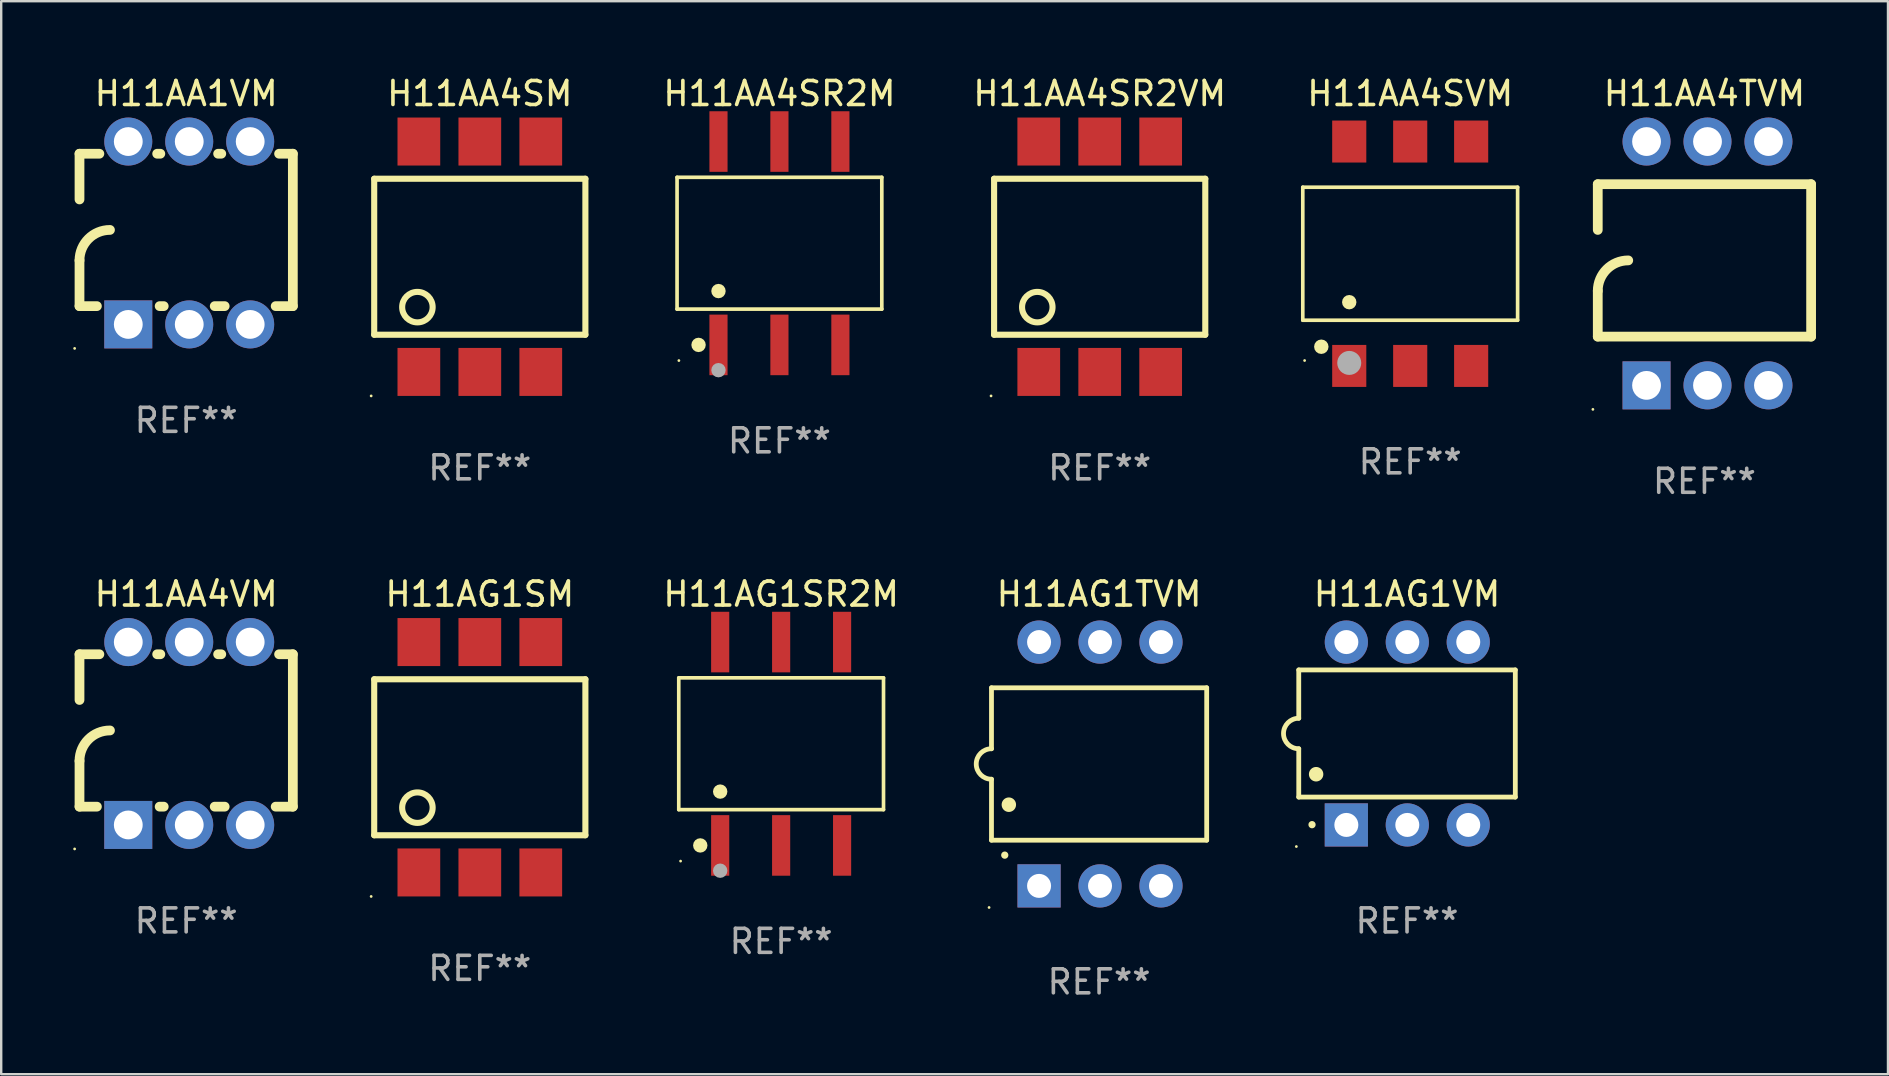
<source format=kicad_pcb>
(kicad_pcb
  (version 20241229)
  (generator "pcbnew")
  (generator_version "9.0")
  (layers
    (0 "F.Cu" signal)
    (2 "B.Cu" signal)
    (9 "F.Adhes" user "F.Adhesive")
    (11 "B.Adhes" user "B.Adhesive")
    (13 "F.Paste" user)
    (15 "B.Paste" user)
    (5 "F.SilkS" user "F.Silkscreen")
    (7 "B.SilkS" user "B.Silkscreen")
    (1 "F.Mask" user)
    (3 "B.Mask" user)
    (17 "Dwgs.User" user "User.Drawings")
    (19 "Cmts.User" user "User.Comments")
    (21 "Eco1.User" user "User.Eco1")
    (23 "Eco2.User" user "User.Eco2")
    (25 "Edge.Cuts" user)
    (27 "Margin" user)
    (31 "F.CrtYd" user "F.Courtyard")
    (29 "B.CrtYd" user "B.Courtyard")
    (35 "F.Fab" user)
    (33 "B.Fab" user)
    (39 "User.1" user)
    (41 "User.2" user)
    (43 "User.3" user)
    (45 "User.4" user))
  (footprint "H11AG1TVM"
    (layer "F.Cu")
    (at 42.749 28.785)
    (property "Reference" "H11AG1TVM" (at 0 -7.08 0) (layer "F.SilkS") (effects (font (size 1 1) (thickness 0.15))))
    (attr through_hole)
    (fp_line (start -4.484 -3.175) (end 4.484 -3.175) (stroke (width 0.2) (type solid)) (layer "F.SilkS"))
    (fp_line (start -4.484 -0.635) (end -4.484 -3.175) (stroke (width 0.2) (type solid)) (layer "F.SilkS"))
    (fp_line (start -4.484 0.635) (end -4.484 3.175) (stroke (width 0.2) (type solid)) (layer "F.SilkS"))
    (fp_line (start -4.484 3.175) (end 4.484 3.175) (stroke (width 0.2) (type solid)) (layer "F.SilkS"))
    (fp_line (start 4.484 -3.175) (end 4.484 3.175) (stroke (width 0.2) (type solid)) (layer "F.SilkS"))
    (fp_arc (start -4.484379 0.635001) (mid -5.11938 0) (end -4.484379 -0.635001) (stroke (width 0.2) (type solid)) (layer "F.SilkS"))
    (fp_arc (start -3.930658 3.799848) (mid -3.930663 3.798578) (end -3.930658 3.797308) (stroke (width 0.3) (type solid)) (layer "F.SilkS"))
    (fp_arc (start -3.760478 1.699263) (mid -3.760489 1.696723) (end -3.760478 1.694183) (stroke (width 0.6) (type solid)) (layer "F.SilkS"))
    (fp_circle (center -4.584 5.98) (end -4.554 5.98) (stroke (width 0.06) (type solid)) (fill no) (layer "F.SilkS"))
    (fp_text user "REF**" (at 0 9.08 0) (layer "F.Fab") (effects (font (size 1 1) (thickness 0.15))))
    (pad "1" thru_hole rect (at -2.501 5.08 90) (size 1.8 1.8) (drill 1) (layers "*.Cu" "*.Mask"))
    (pad "2" thru_hole circle (at 0.039 5.08) (size 1.8 1.8) (drill 1) (layers "*.Cu" "*.Mask"))
    (pad "3" thru_hole circle (at 2.579 5.08) (size 1.8 1.8) (drill 1) (layers "*.Cu" "*.Mask"))
    (pad "4" thru_hole circle (at 2.579 -5.08) (size 1.8 1.8) (drill 1) (layers "*.Cu" "*.Mask"))
    (pad "5" thru_hole circle (at 0.039 -5.08) (size 1.8 1.8) (drill 1) (layers "*.Cu" "*.Mask"))
    (pad "6" thru_hole circle (at -2.501 -5.08) (size 1.8 1.8) (drill 1) (layers "*.Cu" "*.Mask")))
  (footprint "H11AA4SR2VM"
    (layer "F.Cu")
    (at 42.774 7.648)
    (property "Reference" "H11AA4SR2VM" (at 0 -6.8 0) (layer "F.SilkS") (effects (font (size 1 1) (thickness 0.15))))
    (attr through_hole)
    (fp_line (start -4.4 -3.25) (end -4.4 3.25) (stroke (width 0.254) (type solid)) (layer "F.SilkS"))
    (fp_line (start -4.4 -3.25) (end 4.4 -3.25) (stroke (width 0.254) (type solid)) (layer "F.SilkS"))
    (fp_line (start 4.4 3.25) (end -4.4 3.25) (stroke (width 0.254) (type solid)) (layer "F.SilkS"))
    (fp_line (start 4.4 3.25) (end 4.4 -3.25) (stroke (width 0.254) (type solid)) (layer "F.SilkS"))
    (fp_circle (center -4.527 5.8) (end -4.497 5.8) (stroke (width 0.06) (type solid)) (fill no) (layer "F.SilkS"))
    (fp_circle (center -2.6 2.1) (end -1.965 2.1) (stroke (width 0.254) (type solid)) (fill no) (layer "F.SilkS"))
    (fp_text user "REF**" (at 0 8.8 0) (layer "F.Fab") (effects (font (size 1 1) (thickness 0.15))))
    (pad "1" smd rect (at -2.539 4.8) (size 1.78 2) (layers "F.Cu" "F.Mask" "F.Paste"))
    (pad "2" smd rect (at 0.001 4.8) (size 1.78 2) (layers "F.Cu" "F.Mask" "F.Paste"))
    (pad "3" smd rect (at 2.541 4.8) (size 1.78 2) (layers "F.Cu" "F.Mask" "F.Paste"))
    (pad "4" smd rect (at 2.541 -4.8) (size 1.78 2) (layers "F.Cu" "F.Mask" "F.Paste"))
    (pad "5" smd rect (at 0.001 -4.8) (size 1.78 2) (layers "F.Cu" "F.Mask" "F.Paste"))
    (pad "6" smd rect (at -2.539 -4.8) (size 1.78 2) (layers "F.Cu" "F.Mask" "F.Paste")))
  (footprint "H11AG1SM"
    (layer "F.Cu")
    (at 16.943 28.505)
    (property "Reference" "H11AG1SM" (at 0 -6.8 0) (layer "F.SilkS") (effects (font (size 1 1) (thickness 0.15))))
    (attr through_hole)
    (fp_line (start -4.4 -3.25) (end -4.4 3.25) (stroke (width 0.254) (type solid)) (layer "F.SilkS"))
    (fp_line (start -4.4 -3.25) (end 4.4 -3.25) (stroke (width 0.254) (type solid)) (layer "F.SilkS"))
    (fp_line (start 4.4 3.25) (end -4.4 3.25) (stroke (width 0.254) (type solid)) (layer "F.SilkS"))
    (fp_line (start 4.4 3.25) (end 4.4 -3.25) (stroke (width 0.254) (type solid)) (layer "F.SilkS"))
    (fp_circle (center -4.527 5.8) (end -4.497 5.8) (stroke (width 0.06) (type solid)) (fill no) (layer "F.SilkS"))
    (fp_circle (center -2.6 2.1) (end -1.965 2.1) (stroke (width 0.254) (type solid)) (fill no) (layer "F.SilkS"))
    (fp_text user "REF**" (at 0 8.8 0) (layer "F.Fab") (effects (font (size 1 1) (thickness 0.15))))
    (pad "1" smd rect (at -2.539 4.8) (size 1.78 2) (layers "F.Cu" "F.Mask" "F.Paste"))
    (pad "2" smd rect (at 0.001 4.8) (size 1.78 2) (layers "F.Cu" "F.Mask" "F.Paste"))
    (pad "3" smd rect (at 2.541 4.8) (size 1.78 2) (layers "F.Cu" "F.Mask" "F.Paste"))
    (pad "4" smd rect (at 2.541 -4.8) (size 1.78 2) (layers "F.Cu" "F.Mask" "F.Paste"))
    (pad "5" smd rect (at 0.001 -4.8) (size 1.78 2) (layers "F.Cu" "F.Mask" "F.Paste"))
    (pad "6" smd rect (at -2.539 -4.8) (size 1.78 2) (layers "F.Cu" "F.Mask" "F.Paste")))
  (footprint "H11AA1VM"
    (layer "F.Cu")
    (at 4.708 6.658)
    (property "Reference" "H11AA1VM" (at 0 -5.81 0) (layer "F.SilkS") (effects (font (size 1 1) (thickness 0.15))))
    (attr through_hole)
    (fp_line (start -4.445 -1.397) (end -4.445 -3.302) (stroke (width 0.406) (type solid)) (layer "F.SilkS"))
    (fp_line (start -4.445 3.048) (end -4.445 1.143) (stroke (width 0.406) (type solid)) (layer "F.SilkS"))
    (fp_line (start -4.445 3.048) (end -3.72 3.048) (stroke (width 0.406) (type solid)) (layer "F.SilkS"))
    (fp_line (start -3.617 -3.302) (end -4.445 -3.302) (stroke (width 0.406) (type solid)) (layer "F.SilkS"))
    (fp_line (start -1.106 3.048) (end -0.935 3.048) (stroke (width 0.406) (type solid)) (layer "F.SilkS"))
    (fp_line (start -1.077 -3.302) (end -1.209 -3.302) (stroke (width 0.406) (type solid)) (layer "F.SilkS"))
    (fp_line (start 1.189 3.048) (end 1.605 3.048) (stroke (width 0.406) (type solid)) (layer "F.SilkS"))
    (fp_line (start 1.463 -3.302) (end 1.331 -3.302) (stroke (width 0.406) (type solid)) (layer "F.SilkS"))
    (fp_line (start 3.729 3.048) (end 4.445 3.048) (stroke (width 0.406) (type solid)) (layer "F.SilkS"))
    (fp_line (start 4.445 -3.302) (end 3.871 -3.302) (stroke (width 0.406) (type solid)) (layer "F.SilkS"))
    (fp_line (start 4.445 -3.302) (end 4.445 3.048) (stroke (width 0.406) (type solid)) (layer "F.SilkS"))
    (fp_arc (start -4.444983 1.143002) (mid -4.073008 0.244974) (end -3.17498 -0.127) (stroke (width 0.4064) (type solid)) (layer "F.SilkS"))
    (fp_circle (center -4.648 4.81) (end -4.618 4.81) (stroke (width 0.06) (type solid)) (fill no) (layer "F.SilkS"))
    (fp_text user "REF**" (at 0 7.81 0) (layer "F.Fab") (effects (font (size 1 1) (thickness 0.15))))
    (pad "1" thru_hole rect (at -2.413 3.81 90) (size 2 2) (drill 1.2) (layers "*.Cu" "*.Mask"))
    (pad "2" thru_hole circle (at 0.127 3.81) (size 2 2) (drill 1.2) (layers "*.Cu" "*.Mask"))
    (pad "3" thru_hole circle (at 2.667 3.81) (size 2 2) (drill 1.2) (layers "*.Cu" "*.Mask"))
    (pad "4" thru_hole circle (at 2.667 -3.81) (size 2 2) (drill 1.2) (layers "*.Cu" "*.Mask"))
    (pad "5" thru_hole circle (at 0.127 -3.81) (size 2 2) (drill 1.2) (layers "*.Cu" "*.Mask"))
    (pad "6" thru_hole circle (at -2.413 -3.81) (size 2 2) (drill 1.2) (layers "*.Cu" "*.Mask")))
  (footprint "H11AA4TVM"
    (layer "F.Cu")
    (at 67.974 7.928)
    (property "Reference" "H11AA4TVM" (at 0 -7.08 0) (layer "F.SilkS") (effects (font (size 1 1) (thickness 0.15))))
    (attr through_hole)
    (fp_line (start -4.445 -3.302) (end 4.445 -3.302) (stroke (width 0.406) (type solid)) (layer "F.SilkS"))
    (fp_line (start -4.445 -1.397) (end -4.445 -3.302) (stroke (width 0.406) (type solid)) (layer "F.SilkS"))
    (fp_line (start -4.445 3.048) (end -4.445 1.143) (stroke (width 0.406) (type solid)) (layer "F.SilkS"))
    (fp_line (start -4.445 3.048) (end 4.445 3.048) (stroke (width 0.406) (type solid)) (layer "F.SilkS"))
    (fp_line (start 4.445 -3.302) (end 4.445 3.048) (stroke (width 0.406) (type solid)) (layer "F.SilkS"))
    (fp_arc (start -4.444983 1.143002) (mid -4.073008 0.244974) (end -3.17498 -0.127) (stroke (width 0.4064) (type solid)) (layer "F.SilkS"))
    (fp_circle (center -4.648 6.08) (end -4.618 6.08) (stroke (width 0.06) (type solid)) (fill no) (layer "F.SilkS"))
    (fp_text user "REF**" (at 0 9.08 0) (layer "F.Fab") (effects (font (size 1 1) (thickness 0.15))))
    (pad "1" thru_hole rect (at -2.413 5.08 90) (size 2 2) (drill 1.2) (layers "*.Cu" "*.Mask"))
    (pad "2" thru_hole circle (at 0.127 5.08) (size 2 2) (drill 1.2) (layers "*.Cu" "*.Mask"))
    (pad "3" thru_hole circle (at 2.667 5.08) (size 2 2) (drill 1.2) (layers "*.Cu" "*.Mask"))
    (pad "4" thru_hole circle (at 2.667 -5.08) (size 2 2) (drill 1.2) (layers "*.Cu" "*.Mask"))
    (pad "5" thru_hole circle (at 0.127 -5.08) (size 2 2) (drill 1.2) (layers "*.Cu" "*.Mask"))
    (pad "6" thru_hole circle (at -2.413 -5.08) (size 2 2) (drill 1.2) (layers "*.Cu" "*.Mask")))
  (footprint "H11AG1SR2M"
    (layer "F.Cu")
    (at 29.5 27.942)
    (property "Reference" "H11AG1SR2M" (at 0 -6.237 0) (layer "F.SilkS") (effects (font (size 1 1) (thickness 0.15))))
    (attr through_hole)
    (fp_line (start -4.266 -2.746) (end 4.266 -2.746) (stroke (width 0.152) (type solid)) (layer "F.SilkS"))
    (fp_line (start -4.266 2.746) (end -4.266 -2.746) (stroke (width 0.152) (type solid)) (layer "F.SilkS"))
    (fp_line (start 4.266 -2.746) (end 4.266 2.746) (stroke (width 0.152) (type solid)) (layer "F.SilkS"))
    (fp_line (start 4.266 2.746) (end -4.266 2.746) (stroke (width 0.152) (type solid)) (layer "F.SilkS"))
    (fp_circle (center -4.19 4.89) (end -4.16 4.89) (stroke (width 0.06) (type solid)) (fill no) (layer "F.SilkS"))
    (fp_circle (center -3.37 4.237) (end -3.22 4.237) (stroke (width 0.3) (type solid)) (fill no) (layer "F.SilkS"))
    (fp_circle (center -2.54 1.994) (end -2.39 1.994) (stroke (width 0.3) (type solid)) (fill no) (layer "F.SilkS"))
    (fp_circle (center -2.54 5.29) (end -2.39 5.29) (stroke (width 0.3) (type solid)) (fill no) (layer "F.Fab"))
    (fp_text user "REF**" (at 0 8.237 0) (layer "F.Fab") (effects (font (size 1 1) (thickness 0.15))))
    (pad "1" smd rect (at -2.54 4.237) (size 0.756 2.524) (layers "F.Cu" "F.Mask" "F.Paste"))
    (pad "2" smd rect (at 0 4.237) (size 0.756 2.524) (layers "F.Cu" "F.Mask" "F.Paste"))
    (pad "3" smd rect (at 2.54 4.237) (size 0.756 2.524) (layers "F.Cu" "F.Mask" "F.Paste"))
    (pad "4" smd rect (at 2.54 -4.237) (size 0.756 2.524) (layers "F.Cu" "F.Mask" "F.Paste"))
    (pad "5" smd rect (at 0 -4.237) (size 0.756 2.524) (layers "F.Cu" "F.Mask" "F.Paste"))
    (pad "6" smd rect (at -2.54 -4.237) (size 0.756 2.524) (layers "F.Cu" "F.Mask" "F.Paste")))
  (footprint "H11AA4SM"
    (layer "F.Cu")
    (at 16.943 7.648)
    (property "Reference" "H11AA4SM" (at 0 -6.8 0) (layer "F.SilkS") (effects (font (size 1 1) (thickness 0.15))))
    (attr through_hole)
    (fp_line (start -4.4 -3.25) (end -4.4 3.25) (stroke (width 0.254) (type solid)) (layer "F.SilkS"))
    (fp_line (start -4.4 -3.25) (end 4.4 -3.25) (stroke (width 0.254) (type solid)) (layer "F.SilkS"))
    (fp_line (start 4.4 3.25) (end -4.4 3.25) (stroke (width 0.254) (type solid)) (layer "F.SilkS"))
    (fp_line (start 4.4 3.25) (end 4.4 -3.25) (stroke (width 0.254) (type solid)) (layer "F.SilkS"))
    (fp_circle (center -4.527 5.8) (end -4.497 5.8) (stroke (width 0.06) (type solid)) (fill no) (layer "F.SilkS"))
    (fp_circle (center -2.6 2.1) (end -1.965 2.1) (stroke (width 0.254) (type solid)) (fill no) (layer "F.SilkS"))
    (fp_text user "REF**" (at 0 8.8 0) (layer "F.Fab") (effects (font (size 1 1) (thickness 0.15))))
    (pad "1" smd rect (at -2.539 4.8) (size 1.78 2) (layers "F.Cu" "F.Mask" "F.Paste"))
    (pad "2" smd rect (at 0.001 4.8) (size 1.78 2) (layers "F.Cu" "F.Mask" "F.Paste"))
    (pad "3" smd rect (at 2.541 4.8) (size 1.78 2) (layers "F.Cu" "F.Mask" "F.Paste"))
    (pad "4" smd rect (at 2.541 -4.8) (size 1.78 2) (layers "F.Cu" "F.Mask" "F.Paste"))
    (pad "5" smd rect (at 0.001 -4.8) (size 1.78 2) (layers "F.Cu" "F.Mask" "F.Paste"))
    (pad "6" smd rect (at -2.539 -4.8) (size 1.78 2) (layers "F.Cu" "F.Mask" "F.Paste")))
  (footprint "H11AG1VM"
    (layer "F.Cu")
    (at 55.581 27.515)
    (property "Reference" "H11AG1VM" (at 0 -5.81 0) (layer "F.SilkS") (effects (font (size 1 1) (thickness 0.15))))
    (attr through_hole)
    (fp_line (start -4.512 -2.649) (end 4.512 -2.649) (stroke (width 0.2) (type solid)) (layer "F.SilkS"))
    (fp_line (start -4.512 -0.635) (end -4.512 -2.649) (stroke (width 0.2) (type solid)) (layer "F.SilkS"))
    (fp_line (start -4.512 2.649) (end -4.512 0.635) (stroke (width 0.2) (type solid)) (layer "F.SilkS"))
    (fp_line (start 4.512 -2.649) (end 4.512 2.649) (stroke (width 0.2) (type solid)) (layer "F.SilkS"))
    (fp_line (start 4.512 2.649) (end -4.512 2.649) (stroke (width 0.2) (type solid)) (layer "F.SilkS"))
    (fp_arc (start -4.512319 0.635001) (mid -5.14732 0) (end -4.512319 -0.635001) (stroke (width 0.2) (type solid)) (layer "F.SilkS"))
    (fp_arc (start -3.958598 3.799848) (mid -3.958603 3.798578) (end -3.958598 3.797308) (stroke (width 0.3) (type solid)) (layer "F.SilkS"))
    (fp_arc (start -3.788418 1.699263) (mid -3.788429 1.696723) (end -3.788418 1.694183) (stroke (width 0.6) (type solid)) (layer "F.SilkS"))
    (fp_circle (center -4.612 4.71) (end -4.582 4.71) (stroke (width 0.06) (type solid)) (fill no) (layer "F.SilkS"))
    (fp_text user "REF**" (at 0 7.81 0) (layer "F.Fab") (effects (font (size 1 1) (thickness 0.15))))
    (pad "1" thru_hole rect (at -2.529 3.81 90) (size 1.8 1.8) (drill 1) (layers "*.Cu" "*.Mask"))
    (pad "2" thru_hole circle (at 0.011 3.81) (size 1.8 1.8) (drill 1) (layers "*.Cu" "*.Mask"))
    (pad "3" thru_hole circle (at 2.551 3.81) (size 1.8 1.8) (drill 1) (layers "*.Cu" "*.Mask"))
    (pad "4" thru_hole circle (at 2.551 -3.81) (size 1.8 1.8) (drill 1) (layers "*.Cu" "*.Mask"))
    (pad "5" thru_hole circle (at 0.011 -3.81) (size 1.8 1.8) (drill 1) (layers "*.Cu" "*.Mask"))
    (pad "6" thru_hole circle (at -2.529 -3.81) (size 1.8 1.8) (drill 1) (layers "*.Cu" "*.Mask")))
  (footprint "H11AA4SVM"
    (layer "F.Cu")
    (at 55.713 7.523)
    (property "Reference" "H11AA4SVM" (at 0 -6.675 0) (layer "F.SilkS") (effects (font (size 1 1) (thickness 0.15))))
    (attr through_hole)
    (fp_line (start -4.476 -2.771) (end 4.476 -2.771) (stroke (width 0.152) (type solid)) (layer "F.SilkS"))
    (fp_line (start -4.476 2.771) (end -4.476 -2.771) (stroke (width 0.152) (type solid)) (layer "F.SilkS"))
    (fp_line (start 4.476 -2.771) (end 4.476 2.771) (stroke (width 0.152) (type solid)) (layer "F.SilkS"))
    (fp_line (start 4.476 2.771) (end -4.476 2.771) (stroke (width 0.152) (type solid)) (layer "F.SilkS"))
    (fp_circle (center -4.4 4.45) (end -4.37 4.45) (stroke (width 0.06) (type solid)) (fill no) (layer "F.SilkS"))
    (fp_circle (center -3.704 3.875) (end -3.553 3.875) (stroke (width 0.3) (type solid)) (fill no) (layer "F.SilkS"))
    (fp_circle (center -2.54 2.019) (end -2.39 2.019) (stroke (width 0.3) (type solid)) (fill no) (layer "F.SilkS"))
    (fp_circle (center -2.54 4.55) (end -2.29 4.55) (stroke (width 0.5) (type solid)) (fill no) (layer "F.Fab"))
    (fp_text user "REF**" (at 0 8.675 0) (layer "F.Fab") (effects (font (size 1 1) (thickness 0.15))))
    (pad "1" smd rect (at -2.54 4.675) (size 1.422 1.75) (layers "F.Cu" "F.Mask" "F.Paste"))
    (pad "2" smd rect (at 0 4.675) (size 1.422 1.75) (layers "F.Cu" "F.Mask" "F.Paste"))
    (pad "3" smd rect (at 2.54 4.675) (size 1.422 1.75) (layers "F.Cu" "F.Mask" "F.Paste"))
    (pad "4" smd rect (at 2.54 -4.675) (size 1.422 1.75) (layers "F.Cu" "F.Mask" "F.Paste"))
    (pad "5" smd rect (at 0 -4.675) (size 1.422 1.75) (layers "F.Cu" "F.Mask" "F.Paste"))
    (pad "6" smd rect (at -2.54 -4.675) (size 1.422 1.75) (layers "F.Cu" "F.Mask" "F.Paste")))
  (footprint "H11AA4VM"
    (layer "F.Cu")
    (at 4.708 27.515)
    (property "Reference" "H11AA4VM" (at 0 -5.81 0) (layer "F.SilkS") (effects (font (size 1 1) (thickness 0.15))))
    (attr through_hole)
    (fp_line (start -4.445 -1.397) (end -4.445 -3.302) (stroke (width 0.406) (type solid)) (layer "F.SilkS"))
    (fp_line (start -4.445 3.048) (end -4.445 1.143) (stroke (width 0.406) (type solid)) (layer "F.SilkS"))
    (fp_line (start -4.445 3.048) (end -3.72 3.048) (stroke (width 0.406) (type solid)) (layer "F.SilkS"))
    (fp_line (start -3.617 -3.302) (end -4.445 -3.302) (stroke (width 0.406) (type solid)) (layer "F.SilkS"))
    (fp_line (start -1.106 3.048) (end -0.935 3.048) (stroke (width 0.406) (type solid)) (layer "F.SilkS"))
    (fp_line (start -1.077 -3.302) (end -1.209 -3.302) (stroke (width 0.406) (type solid)) (layer "F.SilkS"))
    (fp_line (start 1.189 3.048) (end 1.605 3.048) (stroke (width 0.406) (type solid)) (layer "F.SilkS"))
    (fp_line (start 1.463 -3.302) (end 1.331 -3.302) (stroke (width 0.406) (type solid)) (layer "F.SilkS"))
    (fp_line (start 3.729 3.048) (end 4.445 3.048) (stroke (width 0.406) (type solid)) (layer "F.SilkS"))
    (fp_line (start 4.445 -3.302) (end 3.871 -3.302) (stroke (width 0.406) (type solid)) (layer "F.SilkS"))
    (fp_line (start 4.445 -3.302) (end 4.445 3.048) (stroke (width 0.406) (type solid)) (layer "F.SilkS"))
    (fp_arc (start -4.444983 1.143002) (mid -4.073008 0.244974) (end -3.17498 -0.127) (stroke (width 0.4064) (type solid)) (layer "F.SilkS"))
    (fp_circle (center -4.648 4.81) (end -4.618 4.81) (stroke (width 0.06) (type solid)) (fill no) (layer "F.SilkS"))
    (fp_text user "REF**" (at 0 7.81 0) (layer "F.Fab") (effects (font (size 1 1) (thickness 0.15))))
    (pad "1" thru_hole rect (at -2.413 3.81 90) (size 2 2) (drill 1.2) (layers "*.Cu" "*.Mask"))
    (pad "2" thru_hole circle (at 0.127 3.81) (size 2 2) (drill 1.2) (layers "*.Cu" "*.Mask"))
    (pad "3" thru_hole circle (at 2.667 3.81) (size 2 2) (drill 1.2) (layers "*.Cu" "*.Mask"))
    (pad "4" thru_hole circle (at 2.667 -3.81) (size 2 2) (drill 1.2) (layers "*.Cu" "*.Mask"))
    (pad "5" thru_hole circle (at 0.127 -3.81) (size 2 2) (drill 1.2) (layers "*.Cu" "*.Mask"))
    (pad "6" thru_hole circle (at -2.413 -3.81) (size 2 2) (drill 1.2) (layers "*.Cu" "*.Mask")))
  (footprint "H11AA4SR2M"
    (layer "F.Cu")
    (at 29.429 7.085)
    (property "Reference" "H11AA4SR2M" (at 0 -6.237 0) (layer "F.SilkS") (effects (font (size 1 1) (thickness 0.15))))
    (attr through_hole)
    (fp_line (start -4.266 -2.746) (end 4.266 -2.746) (stroke (width 0.152) (type solid)) (layer "F.SilkS"))
    (fp_line (start -4.266 2.746) (end -4.266 -2.746) (stroke (width 0.152) (type solid)) (layer "F.SilkS"))
    (fp_line (start 4.266 -2.746) (end 4.266 2.746) (stroke (width 0.152) (type solid)) (layer "F.SilkS"))
    (fp_line (start 4.266 2.746) (end -4.266 2.746) (stroke (width 0.152) (type solid)) (layer "F.SilkS"))
    (fp_circle (center -4.19 4.89) (end -4.16 4.89) (stroke (width 0.06) (type solid)) (fill no) (layer "F.SilkS"))
    (fp_circle (center -3.37 4.237) (end -3.22 4.237) (stroke (width 0.3) (type solid)) (fill no) (layer "F.SilkS"))
    (fp_circle (center -2.54 1.994) (end -2.39 1.994) (stroke (width 0.3) (type solid)) (fill no) (layer "F.SilkS"))
    (fp_circle (center -2.54 5.29) (end -2.39 5.29) (stroke (width 0.3) (type solid)) (fill no) (layer "F.Fab"))
    (fp_text user "REF**" (at 0 8.237 0) (layer "F.Fab") (effects (font (size 1 1) (thickness 0.15))))
    (pad "1" smd rect (at -2.54 4.237) (size 0.756 2.524) (layers "F.Cu" "F.Mask" "F.Paste"))
    (pad "2" smd rect (at 0 4.237) (size 0.756 2.524) (layers "F.Cu" "F.Mask" "F.Paste"))
    (pad "3" smd rect (at 2.54 4.237) (size 0.756 2.524) (layers "F.Cu" "F.Mask" "F.Paste"))
    (pad "4" smd rect (at 2.54 -4.237) (size 0.756 2.524) (layers "F.Cu" "F.Mask" "F.Paste"))
    (pad "5" smd rect (at 0 -4.237) (size 0.756 2.524) (layers "F.Cu" "F.Mask" "F.Paste"))
    (pad "6" smd rect (at -2.54 -4.237) (size 0.756 2.524) (layers "F.Cu" "F.Mask" "F.Paste")))
  (gr_rect
    (start -3 -3)
    (end 75.622 41.713)
    (stroke (width 0.1) (type default))
    (fill no)
    (layer "Edge.Cuts")))
</source>
